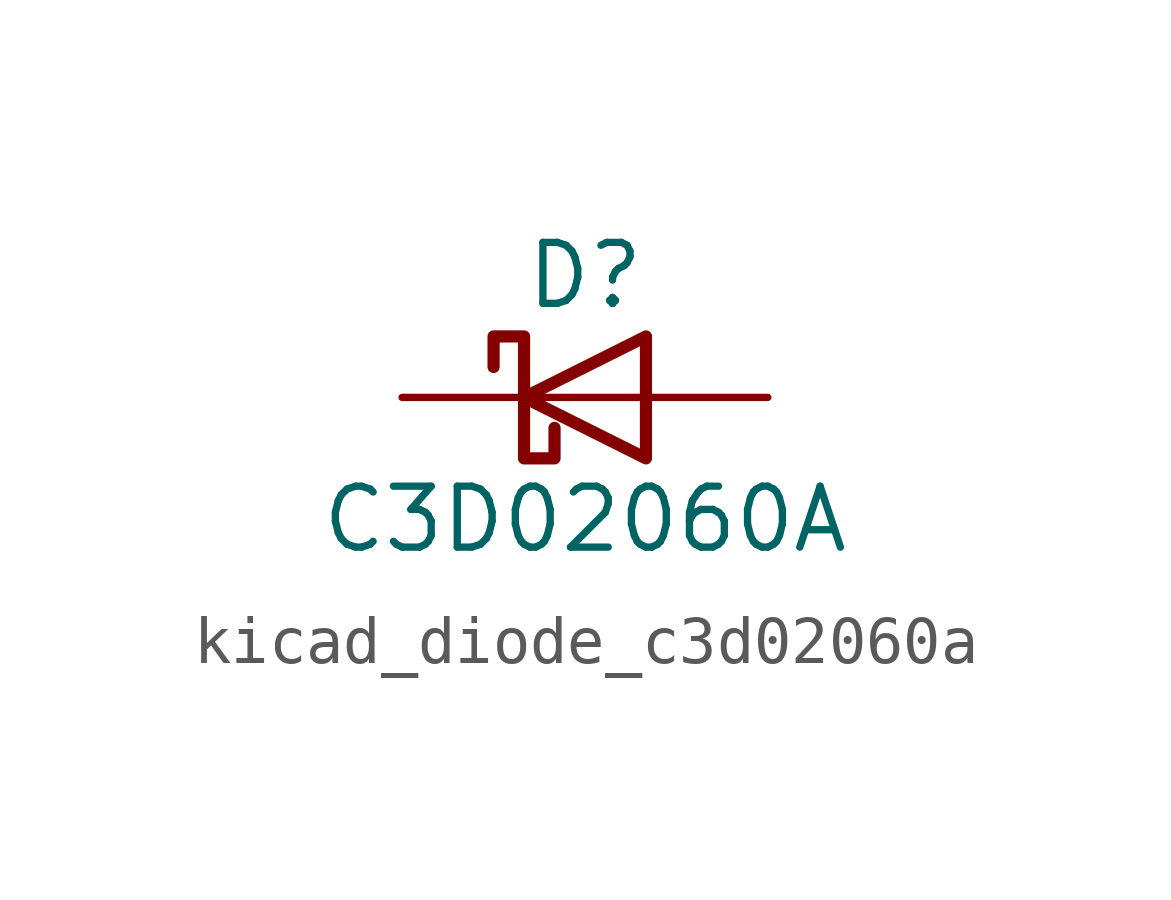
<source format=kicad_sym>
(kicad_symbol_lib
  (version 20220914)
  (generator kicad_symbol_editor)
  (symbol "kicad_diode_c3d02060a"
    (pin_numbers hide)
    (pin_names
      (offset 1.016) hide)
    (property "Reference" "D"
      (at 0 2.54 0)
      (effects (font (size 1.27 1.27))))
    (property "Value" "C3D02060A"
      (at 0 -2.54 0)
      (effects (font (size 1.27 1.27))))
    (symbol "kicad_diode_c3d02060a_0_1"
      (polyline (pts (xy 1.27 0) (xy -1.27 0)) (stroke (width 0) (type default)) (fill (type none)))
      (polyline (pts (xy 1.27 1.27) (xy 1.27 -1.27) (xy -1.27 0) (xy 1.27 1.27)) (stroke (width 0.254) (type default)) (fill (type none)))
      (polyline (pts (xy -1.905 0.635) (xy -1.905 1.27) (xy -1.27 1.27) (xy -1.27 -1.27) (xy -0.635 -1.27) (xy -0.635 -0.635)) (stroke (width 0.254) (type default)) (fill (type none))))
    (symbol "kicad_diode_c3d02060a_1_1"
      (pin passive line (at -3.81 0 0) (length 2.54) (name "K" (effects (font (size 1.27 1.27)))) (number "1" (effects (font (size 1.27 1.27)))))
      (pin passive line (at 3.81 0 180) (length 2.54) (name "A" (effects (font (size 1.27 1.27)))) (number "2" (effects (font (size 1.27 1.27))))))))
</source>
